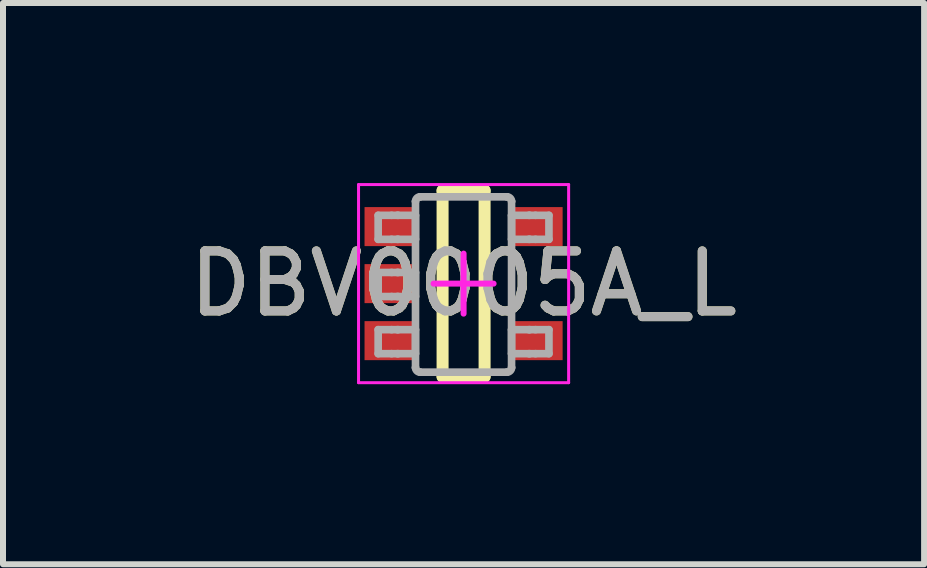
<source format=kicad_pcb>
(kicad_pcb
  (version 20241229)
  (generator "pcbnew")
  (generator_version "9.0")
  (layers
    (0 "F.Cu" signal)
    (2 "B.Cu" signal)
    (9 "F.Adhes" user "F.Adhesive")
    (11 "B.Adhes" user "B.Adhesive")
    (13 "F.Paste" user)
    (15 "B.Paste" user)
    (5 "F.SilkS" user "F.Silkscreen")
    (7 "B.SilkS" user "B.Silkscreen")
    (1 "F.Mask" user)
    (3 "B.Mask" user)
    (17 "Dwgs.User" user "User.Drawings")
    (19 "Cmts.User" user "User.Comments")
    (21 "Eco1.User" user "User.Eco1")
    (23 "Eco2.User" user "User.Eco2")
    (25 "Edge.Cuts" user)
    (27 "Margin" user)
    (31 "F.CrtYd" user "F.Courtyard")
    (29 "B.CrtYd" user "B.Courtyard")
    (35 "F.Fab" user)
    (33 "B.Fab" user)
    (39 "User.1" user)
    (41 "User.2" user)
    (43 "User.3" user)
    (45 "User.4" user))
  (footprint "DBV0005A_L"
    (layer "F.Cu")
    (at 4.673 1.675)
    (property "Reference" "DBV0005A_L" (at 0 0 0) (unlocked yes) (layer "F.SilkS") (effects (font (size 1 1) (thickness 0.15))))
    (attr smd)
    (fp_line (start -0.35 -1.55) (end 0.35 -1.55) (stroke (width 0.2) (type solid)) (layer "F.SilkS"))
    (fp_line (start -0.35 1.55) (end -0.35 -1.55) (stroke (width 0.2) (type solid)) (layer "F.SilkS"))
    (fp_line (start -0.35 1.55) (end 0.35 1.55) (stroke (width 0.2) (type solid)) (layer "F.SilkS"))
    (fp_line (start 0.35 1.55) (end 0.35 -1.55) (stroke (width 0.2) (type solid)) (layer "F.SilkS"))
    (fp_line (start -1.75 -1.65) (end 1.75 -1.65) (stroke (width 0.05) (type solid)) (layer "F.CrtYd"))
    (fp_line (start -1.75 1.65) (end -1.75 -1.65) (stroke (width 0.05) (type solid)) (layer "F.CrtYd"))
    (fp_line (start -1.75 1.65) (end 1.75 1.65) (stroke (width 0.05) (type solid)) (layer "F.CrtYd"))
    (fp_line (start -0.5 0) (end 0.5 0) (stroke (width 0.1) (type solid)) (layer "F.CrtYd"))
    (fp_line (start 0 0.5) (end 0 -0.5) (stroke (width 0.1) (type solid)) (layer "F.CrtYd"))
    (fp_line (start 1.75 1.65) (end 1.75 -1.65) (stroke (width 0.05) (type solid)) (layer "F.CrtYd"))
    (fp_line (start -1.423 -1.138) (end -1.199 -1.138) (stroke (width 0.127) (type solid)) (layer "F.Fab"))
    (fp_line (start -1.423 -0.738) (end -1.423 -1.138) (stroke (width 0.127) (type solid)) (layer "F.Fab"))
    (fp_line (start -1.423 -0.738) (end -1.199 -0.738) (stroke (width 0.127) (type solid)) (layer "F.Fab"))
    (fp_line (start -1.423 -0.186) (end -1.199 -0.186) (stroke (width 0.127) (type solid)) (layer "F.Fab"))
    (fp_line (start -1.423 0.215) (end -1.423 -0.186) (stroke (width 0.127) (type solid)) (layer "F.Fab"))
    (fp_line (start -1.423 0.215) (end -1.199 0.215) (stroke (width 0.127) (type solid)) (layer "F.Fab"))
    (fp_line (start -1.423 0.767) (end -1.199 0.767) (stroke (width 0.127) (type solid)) (layer "F.Fab"))
    (fp_line (start -1.423 1.167) (end -1.423 0.767) (stroke (width 0.127) (type solid)) (layer "F.Fab"))
    (fp_line (start -1.423 1.167) (end -1.199 1.167) (stroke (width 0.127) (type solid)) (layer "F.Fab"))
    (fp_line (start -1.199 -1.138) (end -1.105 -1.138) (stroke (width 0.127) (type solid)) (layer "F.Fab"))
    (fp_line (start -1.199 -0.738) (end -1.105 -0.738) (stroke (width 0.127) (type solid)) (layer "F.Fab"))
    (fp_line (start -1.199 -0.186) (end -1.105 -0.186) (stroke (width 0.127) (type solid)) (layer "F.Fab"))
    (fp_line (start -1.199 0.215) (end -1.105 0.215) (stroke (width 0.127) (type solid)) (layer "F.Fab"))
    (fp_line (start -1.199 0.767) (end -1.105 0.767) (stroke (width 0.127) (type solid)) (layer "F.Fab"))
    (fp_line (start -1.199 1.167) (end -1.105 1.167) (stroke (width 0.127) (type solid)) (layer "F.Fab"))
    (fp_line (start -1.105 -1.138) (end -1.088 -1.138) (stroke (width 0.127) (type solid)) (layer "F.Fab"))
    (fp_line (start -1.105 -0.738) (end -1.088 -0.738) (stroke (width 0.127) (type solid)) (layer "F.Fab"))
    (fp_line (start -1.105 -0.186) (end -1.088 -0.186) (stroke (width 0.127) (type solid)) (layer "F.Fab"))
    (fp_line (start -1.105 0.215) (end -1.088 0.215) (stroke (width 0.127) (type solid)) (layer "F.Fab"))
    (fp_line (start -1.105 0.767) (end -1.088 0.767) (stroke (width 0.127) (type solid)) (layer "F.Fab"))
    (fp_line (start -1.105 1.167) (end -1.088 1.167) (stroke (width 0.127) (type solid)) (layer "F.Fab"))
    (fp_line (start -1.088 -1.138) (end -0.835 -1.138) (stroke (width 0.127) (type solid)) (layer "F.Fab"))
    (fp_line (start -1.088 -0.738) (end -0.835 -0.738) (stroke (width 0.127) (type solid)) (layer "F.Fab"))
    (fp_line (start -1.088 -0.186) (end -0.835 -0.186) (stroke (width 0.127) (type solid)) (layer "F.Fab"))
    (fp_line (start -1.088 0.215) (end -0.835 0.215) (stroke (width 0.127) (type solid)) (layer "F.Fab"))
    (fp_line (start -1.088 0.767) (end -0.835 0.767) (stroke (width 0.127) (type solid)) (layer "F.Fab"))
    (fp_line (start -1.088 1.167) (end -0.835 1.167) (stroke (width 0.127) (type solid)) (layer "F.Fab"))
    (fp_line (start -0.835 -1.138) (end -0.801 -1.138) (stroke (width 0.127) (type solid)) (layer "F.Fab"))
    (fp_line (start -0.835 -0.738) (end -0.801 -0.738) (stroke (width 0.127) (type solid)) (layer "F.Fab"))
    (fp_line (start -0.835 -0.186) (end -0.801 -0.186) (stroke (width 0.127) (type solid)) (layer "F.Fab"))
    (fp_line (start -0.835 0.215) (end -0.801 0.215) (stroke (width 0.127) (type solid)) (layer "F.Fab"))
    (fp_line (start -0.835 0.767) (end -0.801 0.767) (stroke (width 0.127) (type solid)) (layer "F.Fab"))
    (fp_line (start -0.835 1.167) (end -0.801 1.167) (stroke (width 0.127) (type solid)) (layer "F.Fab"))
    (fp_line (start -0.801 -1.37) (end -0.801 -1.371) (stroke (width 0.127) (type solid)) (layer "F.Fab"))
    (fp_line (start -0.801 -0.738) (end -0.801 -1.138) (stroke (width 0.127) (type solid)) (layer "F.Fab"))
    (fp_line (start -0.801 0.215) (end -0.801 -0.186) (stroke (width 0.127) (type solid)) (layer "F.Fab"))
    (fp_line (start -0.801 1.167) (end -0.801 0.767) (stroke (width 0.127) (type solid)) (layer "F.Fab"))
    (fp_line (start -0.801 1.399) (end -0.801 -1.37) (stroke (width 0.127) (type solid)) (layer "F.Fab"))
    (fp_line (start -0.801 1.4) (end -0.801 1.399) (stroke (width 0.127) (type solid)) (layer "F.Fab"))
    (fp_line (start -0.725 -1.446) (end -0.725 -1.446) (stroke (width 0.127) (type solid)) (layer "F.Fab"))
    (fp_line (start -0.725 1.475) (end -0.725 1.475) (stroke (width 0.127) (type solid)) (layer "F.Fab"))
    (fp_line (start -0.725 -1.446) (end 0.723 -1.446) (stroke (width 0.127) (type solid)) (layer "F.Fab"))
    (fp_line (start -0.725 1.475) (end 0.723 1.475) (stroke (width 0.127) (type solid)) (layer "F.Fab"))
    (fp_line (start 0.723 -1.446) (end 0.724 -1.446) (stroke (width 0.127) (type solid)) (layer "F.Fab"))
    (fp_line (start 0.723 1.475) (end 0.724 1.475) (stroke (width 0.127) (type solid)) (layer "F.Fab"))
    (fp_line (start 0.799 -1.37) (end 0.799 -1.371) (stroke (width 0.127) (type solid)) (layer "F.Fab"))
    (fp_line (start 0.799 -1.138) (end 0.834 -1.138) (stroke (width 0.127) (type solid)) (layer "F.Fab"))
    (fp_line (start 0.799 -0.738) (end 0.799 -1.138) (stroke (width 0.127) (type solid)) (layer "F.Fab"))
    (fp_line (start 0.799 -0.738) (end 0.834 -0.738) (stroke (width 0.127) (type solid)) (layer "F.Fab"))
    (fp_line (start 0.799 0.767) (end 0.834 0.767) (stroke (width 0.127) (type solid)) (layer "F.Fab"))
    (fp_line (start 0.799 1.167) (end 0.799 0.767) (stroke (width 0.127) (type solid)) (layer "F.Fab"))
    (fp_line (start 0.799 1.167) (end 0.834 1.167) (stroke (width 0.127) (type solid)) (layer "F.Fab"))
    (fp_line (start 0.799 1.399) (end 0.799 -1.37) (stroke (width 0.127) (type solid)) (layer "F.Fab"))
    (fp_line (start 0.799 1.4) (end 0.799 1.399) (stroke (width 0.127) (type solid)) (layer "F.Fab"))
    (fp_line (start 0.834 -1.138) (end 1.087 -1.138) (stroke (width 0.127) (type solid)) (layer "F.Fab"))
    (fp_line (start 0.834 -0.738) (end 1.087 -0.738) (stroke (width 0.127) (type solid)) (layer "F.Fab"))
    (fp_line (start 0.834 0.767) (end 1.087 0.767) (stroke (width 0.127) (type solid)) (layer "F.Fab"))
    (fp_line (start 0.834 1.167) (end 1.087 1.167) (stroke (width 0.127) (type solid)) (layer "F.Fab"))
    (fp_line (start 1.087 -1.138) (end 1.103 -1.138) (stroke (width 0.127) (type solid)) (layer "F.Fab"))
    (fp_line (start 1.087 -0.738) (end 1.103 -0.738) (stroke (width 0.127) (type solid)) (layer "F.Fab"))
    (fp_line (start 1.087 0.767) (end 1.103 0.767) (stroke (width 0.127) (type solid)) (layer "F.Fab"))
    (fp_line (start 1.087 1.167) (end 1.103 1.167) (stroke (width 0.127) (type solid)) (layer "F.Fab"))
    (fp_line (start 1.103 -1.138) (end 1.198 -1.138) (stroke (width 0.127) (type solid)) (layer "F.Fab"))
    (fp_line (start 1.103 -0.738) (end 1.198 -0.738) (stroke (width 0.127) (type solid)) (layer "F.Fab"))
    (fp_line (start 1.103 0.767) (end 1.198 0.767) (stroke (width 0.127) (type solid)) (layer "F.Fab"))
    (fp_line (start 1.103 1.167) (end 1.198 1.167) (stroke (width 0.127) (type solid)) (layer "F.Fab"))
    (fp_line (start 1.198 -1.138) (end 1.422 -1.138) (stroke (width 0.127) (type solid)) (layer "F.Fab"))
    (fp_line (start 1.198 -0.738) (end 1.422 -0.738) (stroke (width 0.127) (type solid)) (layer "F.Fab"))
    (fp_line (start 1.198 0.767) (end 1.422 0.767) (stroke (width 0.127) (type solid)) (layer "F.Fab"))
    (fp_line (start 1.198 1.167) (end 1.422 1.167) (stroke (width 0.127) (type solid)) (layer "F.Fab"))
    (fp_line (start 1.422 -0.738) (end 1.422 -1.138) (stroke (width 0.127) (type solid)) (layer "F.Fab"))
    (fp_line (start 1.422 1.167) (end 1.422 0.767) (stroke (width 0.127) (type solid)) (layer "F.Fab"))
    (fp_arc (start -0.80074 -1.37084) (mid -0.778218 -1.423887) (end -0.724999 -1.445998) (stroke (width 0.127) (type solid)) (layer "F.Fab"))
    (fp_arc (start -0.724999 1.475) (mid -0.778213 1.452901) (end -0.80074 1.399867) (stroke (width 0.127) (type solid)) (layer "F.Fab"))
    (fp_arc (start 0.723714 -1.445998) (mid 0.776933 -1.423887) (end 0.799455 -1.37084) (stroke (width 0.127) (type solid)) (layer "F.Fab"))
    (fp_arc (start 0.799455 1.399868) (mid 0.776927 1.452901) (end 0.723713 1.475) (stroke (width 0.127) (type solid)) (layer "F.Fab"))
    (fp_text user "${REFERENCE}" (at 0 0 0) (unlocked yes) (layer "F.Fab") (effects (font (size 1 1) (thickness 0.15))))
    (pad "1" smd rect (at -1.2 -0.95 90) (size 0.65 0.9) (layers "F.Cu" "F.Mask" "F.Paste"))
    (pad "2" smd rect (at -1.2 0 90) (size 0.65 0.9) (layers "F.Cu" "F.Mask" "F.Paste"))
    (pad "3" smd rect (at -1.2 0.95 90) (size 0.65 0.9) (layers "F.Cu" "F.Mask" "F.Paste"))
    (pad "4" smd rect (at 1.2 0.95 90) (size 0.65 0.9) (layers "F.Cu" "F.Mask" "F.Paste"))
    (pad "5" smd rect (at 1.2 -0.95 90) (size 0.65 0.9) (layers "F.Cu" "F.Mask" "F.Paste")))
  (gr_rect
    (start -3 -3)
    (end 12.345 6.35)
    (stroke (width 0.1) (type default))
    (fill no)
    (layer "Edge.Cuts")))
</source>
